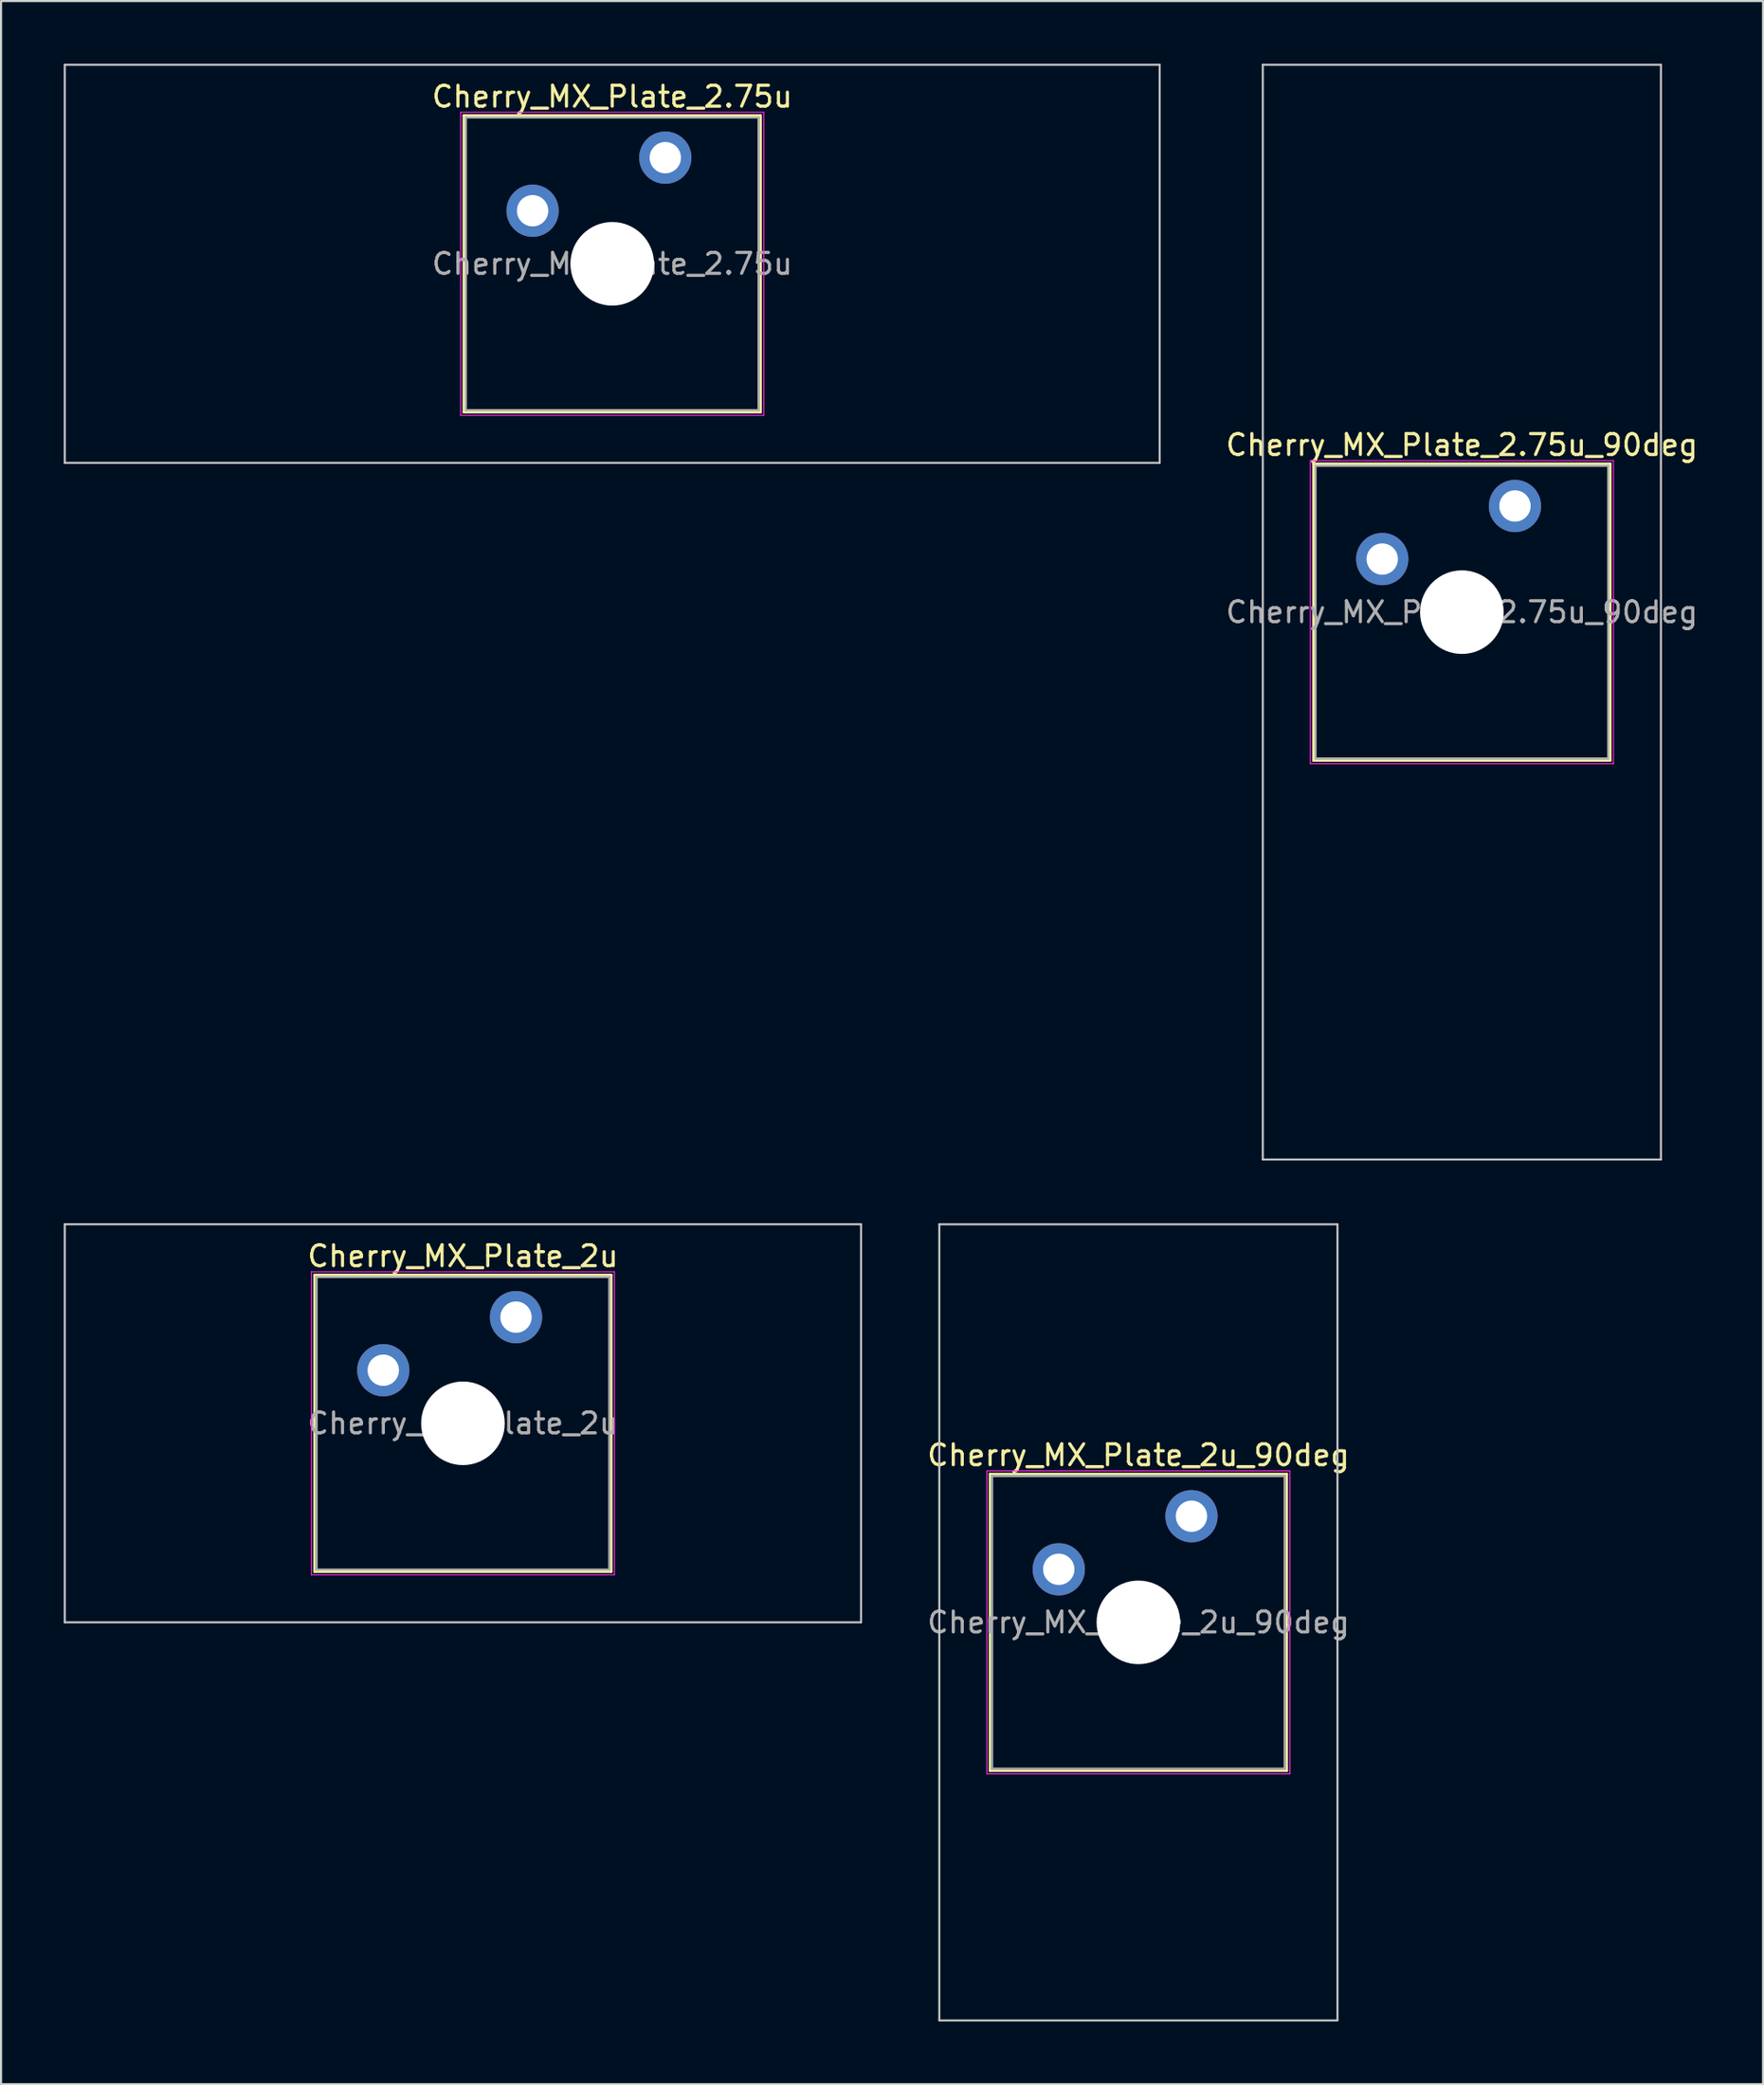
<source format=kicad_pcb>
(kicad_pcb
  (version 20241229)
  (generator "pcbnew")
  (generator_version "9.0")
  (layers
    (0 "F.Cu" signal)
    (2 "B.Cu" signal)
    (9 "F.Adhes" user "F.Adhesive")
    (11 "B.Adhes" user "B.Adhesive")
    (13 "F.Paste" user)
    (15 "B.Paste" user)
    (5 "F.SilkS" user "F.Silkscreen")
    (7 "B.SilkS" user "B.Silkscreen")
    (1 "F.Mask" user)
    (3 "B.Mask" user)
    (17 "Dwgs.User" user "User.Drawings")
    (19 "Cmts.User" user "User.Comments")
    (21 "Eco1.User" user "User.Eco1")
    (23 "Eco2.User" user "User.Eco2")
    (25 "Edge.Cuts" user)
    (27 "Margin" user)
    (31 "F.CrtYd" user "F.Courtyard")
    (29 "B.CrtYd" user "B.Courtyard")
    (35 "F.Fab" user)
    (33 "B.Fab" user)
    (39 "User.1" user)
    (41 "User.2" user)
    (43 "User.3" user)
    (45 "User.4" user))
  (footprint "Cherry_MX_Plate_2.75u"
    (layer "F.Cu")
    (at 26.244 9.575)
    (property "Reference" "Cherry_MX_Plate_2.75u" (at 0 -8 0) (layer "F.SilkS") (effects (font (size 1 1) (thickness 0.15))))
    (attr through_hole)
    (fp_line (start -7.1 -7.1) (end -7.1 7.1) (stroke (width 0.12) (type solid)) (layer "F.SilkS"))
    (fp_line (start -7.1 7.1) (end 7.1 7.1) (stroke (width 0.12) (type solid)) (layer "F.SilkS"))
    (fp_line (start 7.1 -7.1) (end -7.1 -7.1) (stroke (width 0.12) (type solid)) (layer "F.SilkS"))
    (fp_line (start 7.1 7.1) (end 7.1 -7.1) (stroke (width 0.12) (type solid)) (layer "F.SilkS"))
    (fp_line (start -26.194 -9.525) (end -26.194 9.525) (stroke (width 0.1) (type solid)) (layer "Dwgs.User"))
    (fp_line (start -26.194 9.525) (end 26.194 9.525) (stroke (width 0.1) (type solid)) (layer "Dwgs.User"))
    (fp_line (start 26.194 -9.525) (end -26.194 -9.525) (stroke (width 0.1) (type solid)) (layer "Dwgs.User"))
    (fp_line (start 26.194 9.525) (end 26.194 -9.525) (stroke (width 0.1) (type solid)) (layer "Dwgs.User"))
    (fp_line (start -7 -7) (end -7 7) (stroke (width 0.1) (type solid)) (layer "Eco1.User"))
    (fp_line (start -7 7) (end 7 7) (stroke (width 0.1) (type solid)) (layer "Eco1.User"))
    (fp_line (start 7 -7) (end -7 -7) (stroke (width 0.1) (type solid)) (layer "Eco1.User"))
    (fp_line (start 7 7) (end 7 -7) (stroke (width 0.1) (type solid)) (layer "Eco1.User"))
    (fp_line (start -7.25 -7.25) (end -7.25 7.25) (stroke (width 0.05) (type solid)) (layer "F.CrtYd"))
    (fp_line (start -7.25 7.25) (end 7.25 7.25) (stroke (width 0.05) (type solid)) (layer "F.CrtYd"))
    (fp_line (start 7.25 -7.25) (end -7.25 -7.25) (stroke (width 0.05) (type solid)) (layer "F.CrtYd"))
    (fp_line (start 7.25 7.25) (end 7.25 -7.25) (stroke (width 0.05) (type solid)) (layer "F.CrtYd"))
    (fp_line (start -7 -7) (end -7 7) (stroke (width 0.1) (type solid)) (layer "F.Fab"))
    (fp_line (start -7 7) (end 7 7) (stroke (width 0.1) (type solid)) (layer "F.Fab"))
    (fp_line (start 7 -7) (end -7 -7) (stroke (width 0.1) (type solid)) (layer "F.Fab"))
    (fp_line (start 7 7) (end 7 -7) (stroke (width 0.1) (type solid)) (layer "F.Fab"))
    (fp_text user "${REFERENCE}" (at 0 0 0) (layer "F.Fab") (effects (font (size 1 1) (thickness 0.15))))
    (pad "" np_thru_hole circle (at 0 0) (size 4 4) (drill 4) (layers "*.Cu" "*.Mask"))
    (pad "1" thru_hole circle (at -3.81 -2.54) (size 2.5 2.5) (drill 1.5) (layers "*.Cu" "*.Mask"))
    (pad "2" thru_hole circle (at 2.54 -5.08) (size 2.5 2.5) (drill 1.5) (layers "*.Cu" "*.Mask")))
  (footprint "Cherry_MX_Plate_2u"
    (layer "F.Cu")
    (at 19.1 65.062)
    (property "Reference" "Cherry_MX_Plate_2u" (at 0 -8 0) (layer "F.SilkS") (effects (font (size 1 1) (thickness 0.15))))
    (attr through_hole)
    (fp_line (start -7.1 -7.1) (end -7.1 7.1) (stroke (width 0.12) (type solid)) (layer "F.SilkS"))
    (fp_line (start -7.1 7.1) (end 7.1 7.1) (stroke (width 0.12) (type solid)) (layer "F.SilkS"))
    (fp_line (start 7.1 -7.1) (end -7.1 -7.1) (stroke (width 0.12) (type solid)) (layer "F.SilkS"))
    (fp_line (start 7.1 7.1) (end 7.1 -7.1) (stroke (width 0.12) (type solid)) (layer "F.SilkS"))
    (fp_line (start -19.05 -9.525) (end -19.05 9.525) (stroke (width 0.1) (type solid)) (layer "Dwgs.User"))
    (fp_line (start -19.05 9.525) (end 19.05 9.525) (stroke (width 0.1) (type solid)) (layer "Dwgs.User"))
    (fp_line (start 19.05 -9.525) (end -19.05 -9.525) (stroke (width 0.1) (type solid)) (layer "Dwgs.User"))
    (fp_line (start 19.05 9.525) (end 19.05 -9.525) (stroke (width 0.1) (type solid)) (layer "Dwgs.User"))
    (fp_line (start -7 -7) (end -7 7) (stroke (width 0.1) (type solid)) (layer "Eco1.User"))
    (fp_line (start -7 7) (end 7 7) (stroke (width 0.1) (type solid)) (layer "Eco1.User"))
    (fp_line (start 7 -7) (end -7 -7) (stroke (width 0.1) (type solid)) (layer "Eco1.User"))
    (fp_line (start 7 7) (end 7 -7) (stroke (width 0.1) (type solid)) (layer "Eco1.User"))
    (fp_line (start -7.25 -7.25) (end -7.25 7.25) (stroke (width 0.05) (type solid)) (layer "F.CrtYd"))
    (fp_line (start -7.25 7.25) (end 7.25 7.25) (stroke (width 0.05) (type solid)) (layer "F.CrtYd"))
    (fp_line (start 7.25 -7.25) (end -7.25 -7.25) (stroke (width 0.05) (type solid)) (layer "F.CrtYd"))
    (fp_line (start 7.25 7.25) (end 7.25 -7.25) (stroke (width 0.05) (type solid)) (layer "F.CrtYd"))
    (fp_line (start -7 -7) (end -7 7) (stroke (width 0.1) (type solid)) (layer "F.Fab"))
    (fp_line (start -7 7) (end 7 7) (stroke (width 0.1) (type solid)) (layer "F.Fab"))
    (fp_line (start 7 -7) (end -7 -7) (stroke (width 0.1) (type solid)) (layer "F.Fab"))
    (fp_line (start 7 7) (end 7 -7) (stroke (width 0.1) (type solid)) (layer "F.Fab"))
    (fp_text user "${REFERENCE}" (at 0 0 0) (layer "F.Fab") (effects (font (size 1 1) (thickness 0.15))))
    (pad "" np_thru_hole circle (at 0 0) (size 4 4) (drill 4) (layers "*.Cu" "*.Mask"))
    (pad "1" thru_hole circle (at -3.81 -2.54) (size 2.5 2.5) (drill 1.5) (layers "*.Cu" "*.Mask"))
    (pad "2" thru_hole circle (at 2.54 -5.08) (size 2.5 2.5) (drill 1.5) (layers "*.Cu" "*.Mask")))
  (footprint "Cherry_MX_Plate_2.75u_90deg"
    (layer "F.Cu")
    (at 66.898 26.244)
    (property "Reference" "Cherry_MX_Plate_2.75u_90deg" (at 0 -8 0) (layer "F.SilkS") (effects (font (size 1 1) (thickness 0.15))))
    (attr through_hole)
    (fp_line (start -7.1 -7.1) (end -7.1 7.1) (stroke (width 0.12) (type solid)) (layer "F.SilkS"))
    (fp_line (start -7.1 7.1) (end 7.1 7.1) (stroke (width 0.12) (type solid)) (layer "F.SilkS"))
    (fp_line (start 7.1 -7.1) (end -7.1 -7.1) (stroke (width 0.12) (type solid)) (layer "F.SilkS"))
    (fp_line (start 7.1 7.1) (end 7.1 -7.1) (stroke (width 0.12) (type solid)) (layer "F.SilkS"))
    (fp_line (start -9.525 -26.194) (end 9.525 -26.194) (stroke (width 0.1) (type solid)) (layer "Dwgs.User"))
    (fp_line (start -9.525 26.194) (end -9.525 -26.194) (stroke (width 0.1) (type solid)) (layer "Dwgs.User"))
    (fp_line (start 9.525 -26.194) (end 9.525 26.194) (stroke (width 0.1) (type solid)) (layer "Dwgs.User"))
    (fp_line (start 9.525 26.194) (end -9.525 26.194) (stroke (width 0.1) (type solid)) (layer "Dwgs.User"))
    (fp_line (start -7 -7) (end -7 7) (stroke (width 0.1) (type solid)) (layer "Eco1.User"))
    (fp_line (start -7 7) (end 7 7) (stroke (width 0.1) (type solid)) (layer "Eco1.User"))
    (fp_line (start 7 -7) (end -7 -7) (stroke (width 0.1) (type solid)) (layer "Eco1.User"))
    (fp_line (start 7 7) (end 7 -7) (stroke (width 0.1) (type solid)) (layer "Eco1.User"))
    (fp_line (start -7.25 -7.25) (end -7.25 7.25) (stroke (width 0.05) (type solid)) (layer "F.CrtYd"))
    (fp_line (start -7.25 7.25) (end 7.25 7.25) (stroke (width 0.05) (type solid)) (layer "F.CrtYd"))
    (fp_line (start 7.25 -7.25) (end -7.25 -7.25) (stroke (width 0.05) (type solid)) (layer "F.CrtYd"))
    (fp_line (start 7.25 7.25) (end 7.25 -7.25) (stroke (width 0.05) (type solid)) (layer "F.CrtYd"))
    (fp_line (start -7 -7) (end -7 7) (stroke (width 0.1) (type solid)) (layer "F.Fab"))
    (fp_line (start -7 7) (end 7 7) (stroke (width 0.1) (type solid)) (layer "F.Fab"))
    (fp_line (start 7 -7) (end -7 -7) (stroke (width 0.1) (type solid)) (layer "F.Fab"))
    (fp_line (start 7 7) (end 7 -7) (stroke (width 0.1) (type solid)) (layer "F.Fab"))
    (fp_text user "${REFERENCE}" (at 0 0 0) (layer "F.Fab") (effects (font (size 1 1) (thickness 0.15))))
    (pad "" np_thru_hole circle (at 0 0) (size 4 4) (drill 4) (layers "*.Cu" "*.Mask"))
    (pad "1" thru_hole circle (at -3.81 -2.54) (size 2.5 2.5) (drill 1.5) (layers "*.Cu" "*.Mask"))
    (pad "2" thru_hole circle (at 2.54 -5.08) (size 2.5 2.5) (drill 1.5) (layers "*.Cu" "*.Mask")))
  (footprint "Cherry_MX_Plate_2u_90deg"
    (layer "F.Cu")
    (at 51.42 74.588)
    (property "Reference" "Cherry_MX_Plate_2u_90deg" (at 0 -8 0) (layer "F.SilkS") (effects (font (size 1 1) (thickness 0.15))))
    (attr through_hole)
    (fp_line (start -7.1 -7.1) (end -7.1 7.1) (stroke (width 0.12) (type solid)) (layer "F.SilkS"))
    (fp_line (start -7.1 7.1) (end 7.1 7.1) (stroke (width 0.12) (type solid)) (layer "F.SilkS"))
    (fp_line (start 7.1 -7.1) (end -7.1 -7.1) (stroke (width 0.12) (type solid)) (layer "F.SilkS"))
    (fp_line (start 7.1 7.1) (end 7.1 -7.1) (stroke (width 0.12) (type solid)) (layer "F.SilkS"))
    (fp_line (start -9.525 -19.05) (end 9.525 -19.05) (stroke (width 0.1) (type solid)) (layer "Dwgs.User"))
    (fp_line (start -9.525 19.05) (end -9.525 -19.05) (stroke (width 0.1) (type solid)) (layer "Dwgs.User"))
    (fp_line (start 9.525 -19.05) (end 9.525 19.05) (stroke (width 0.1) (type solid)) (layer "Dwgs.User"))
    (fp_line (start 9.525 19.05) (end -9.525 19.05) (stroke (width 0.1) (type solid)) (layer "Dwgs.User"))
    (fp_line (start -7 -7) (end -7 7) (stroke (width 0.1) (type solid)) (layer "Eco1.User"))
    (fp_line (start -7 7) (end 7 7) (stroke (width 0.1) (type solid)) (layer "Eco1.User"))
    (fp_line (start 7 -7) (end -7 -7) (stroke (width 0.1) (type solid)) (layer "Eco1.User"))
    (fp_line (start 7 7) (end 7 -7) (stroke (width 0.1) (type solid)) (layer "Eco1.User"))
    (fp_line (start -7.25 -7.25) (end -7.25 7.25) (stroke (width 0.05) (type solid)) (layer "F.CrtYd"))
    (fp_line (start -7.25 7.25) (end 7.25 7.25) (stroke (width 0.05) (type solid)) (layer "F.CrtYd"))
    (fp_line (start 7.25 -7.25) (end -7.25 -7.25) (stroke (width 0.05) (type solid)) (layer "F.CrtYd"))
    (fp_line (start 7.25 7.25) (end 7.25 -7.25) (stroke (width 0.05) (type solid)) (layer "F.CrtYd"))
    (fp_line (start -7 -7) (end -7 7) (stroke (width 0.1) (type solid)) (layer "F.Fab"))
    (fp_line (start -7 7) (end 7 7) (stroke (width 0.1) (type solid)) (layer "F.Fab"))
    (fp_line (start 7 -7) (end -7 -7) (stroke (width 0.1) (type solid)) (layer "F.Fab"))
    (fp_line (start 7 7) (end 7 -7) (stroke (width 0.1) (type solid)) (layer "F.Fab"))
    (fp_text user "${REFERENCE}" (at 0 0 0) (layer "F.Fab") (effects (font (size 1 1) (thickness 0.15))))
    (pad "" np_thru_hole circle (at 0 0) (size 4 4) (drill 4) (layers "*.Cu" "*.Mask"))
    (pad "1" thru_hole circle (at -3.81 -2.54) (size 2.5 2.5) (drill 1.5) (layers "*.Cu" "*.Mask"))
    (pad "2" thru_hole circle (at 2.54 -5.08) (size 2.5 2.5) (drill 1.5) (layers "*.Cu" "*.Mask")))
  (gr_rect
    (start -3 -3)
    (end 81.309 96.688)
    (stroke (width 0.1) (type default))
    (fill no)
    (layer "Edge.Cuts")))
</source>
